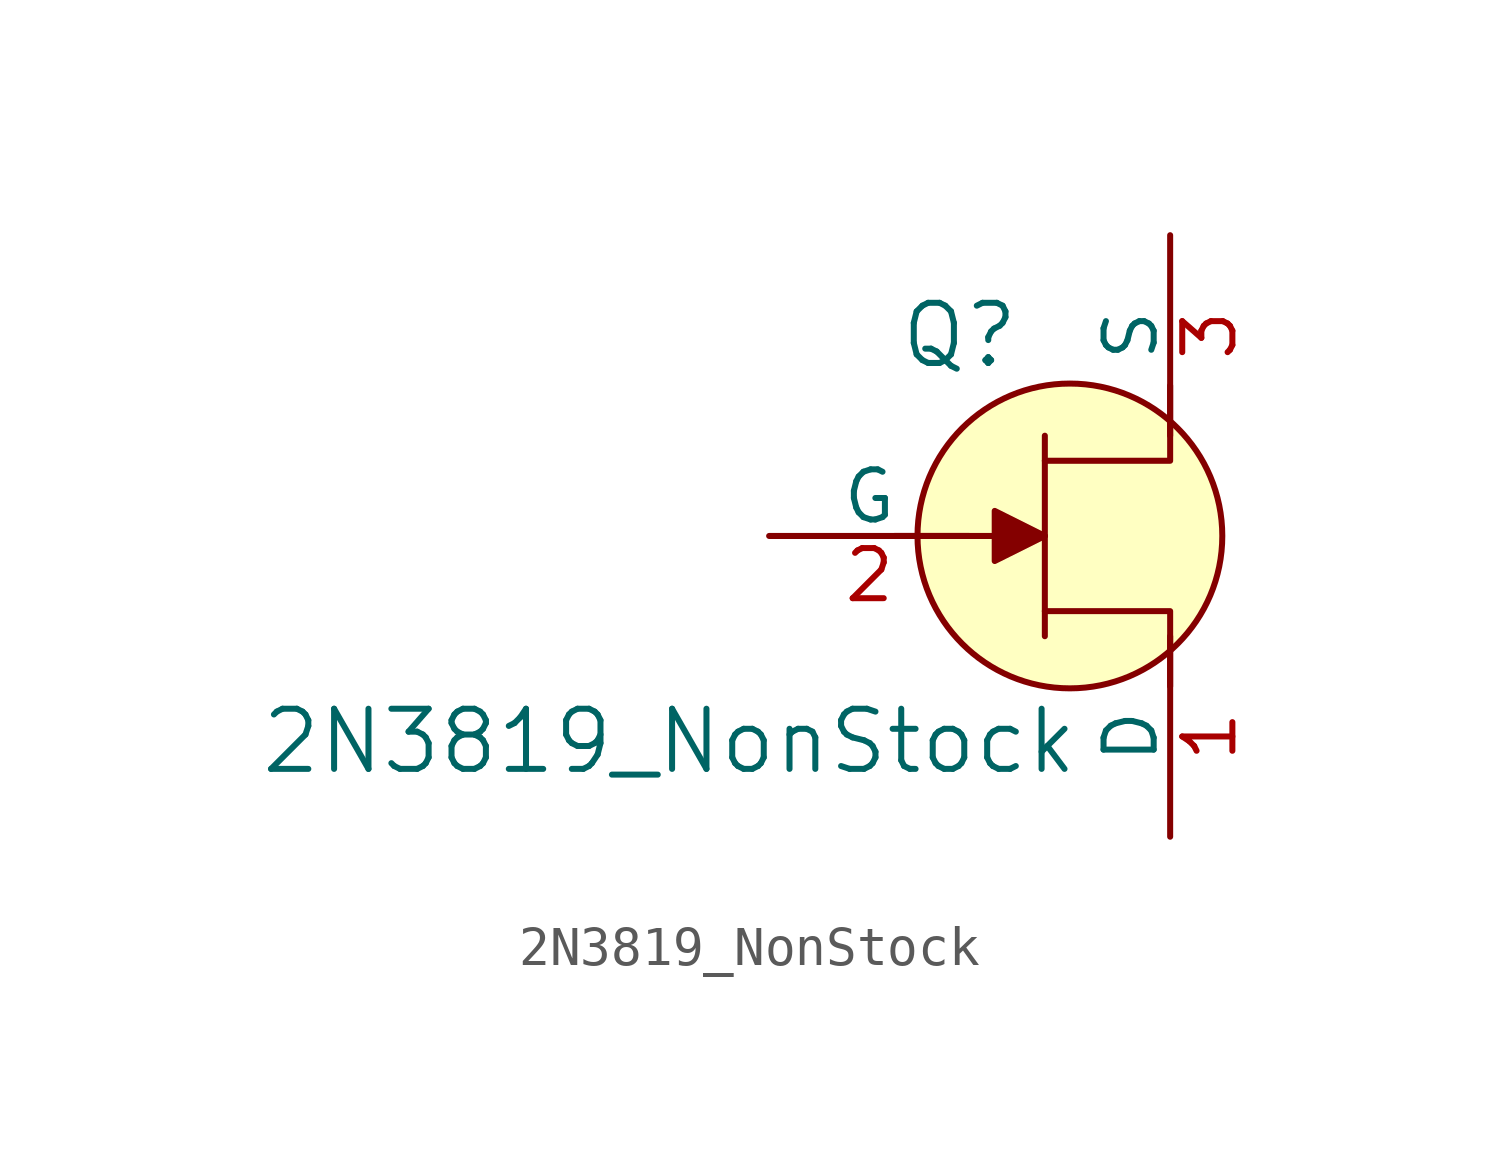
<source format=kicad_sym>
(kicad_symbol_lib
  (version 20220914)
  (generator kicad_symbol_editor)
  (symbol "2N3819_NonStock"
    (pin_names
      (offset 0))
    (property "Reference" "Q"
      (at -2.794 5.08 0)
      (effects (font (size 1.524 1.524))))
    (property "Value" "2N3819_NonStock"
      (at 0.254 -6.096 0)
      (effects (font (size 1.524 1.524)) (justify right bottom)))
    (symbol "2N3819_NonStock_0_1"
      (polyline (pts (xy -0.635 -2.54) (xy -0.635 2.54)) (stroke (width 0) (type solid)) (fill (type none)))
      (polyline (pts (xy -0.635 0) (xy -4.445 0)) (stroke (width 0) (type solid)) (fill (type none)))
      (polyline (pts (xy -0.635 -1.905) (xy 2.54 -1.905) (xy 2.54 -3.81)) (stroke (width 0) (type solid)) (fill (type none)))
      (polyline (pts (xy -0.635 1.905) (xy 2.54 1.905) (xy 2.54 3.81)) (stroke (width 0) (type solid)) (fill (type none))))
    (symbol "2N3819_NonStock_1_1"
      (polyline (pts (xy -1.905 0.635) (xy -1.905 -0.635) (xy -0.635 0) (xy -1.905 0.635)) (stroke (width 0) (type solid)) (fill (type outline)))
      (circle (center 0 0) (radius 3.861) (stroke (width 0) (type solid)) (fill (type background)))
      (pin bidirectional line (at 2.54 -7.62 90) (length 5.08) (name "D" (effects (font (size 1.27 1.27)))) (number "1" (effects (font (size 1.27 1.27)))))
      (pin input line (at -7.62 0 0) (length 5.08) (name "G" (effects (font (size 1.27 1.27)))) (number "2" (effects (font (size 1.27 1.27)))))
      (pin bidirectional line (at 2.54 7.62 270) (length 5.08) (name "S" (effects (font (size 1.27 1.27)))) (number "3" (effects (font (size 1.27 1.27))))))))
</source>
